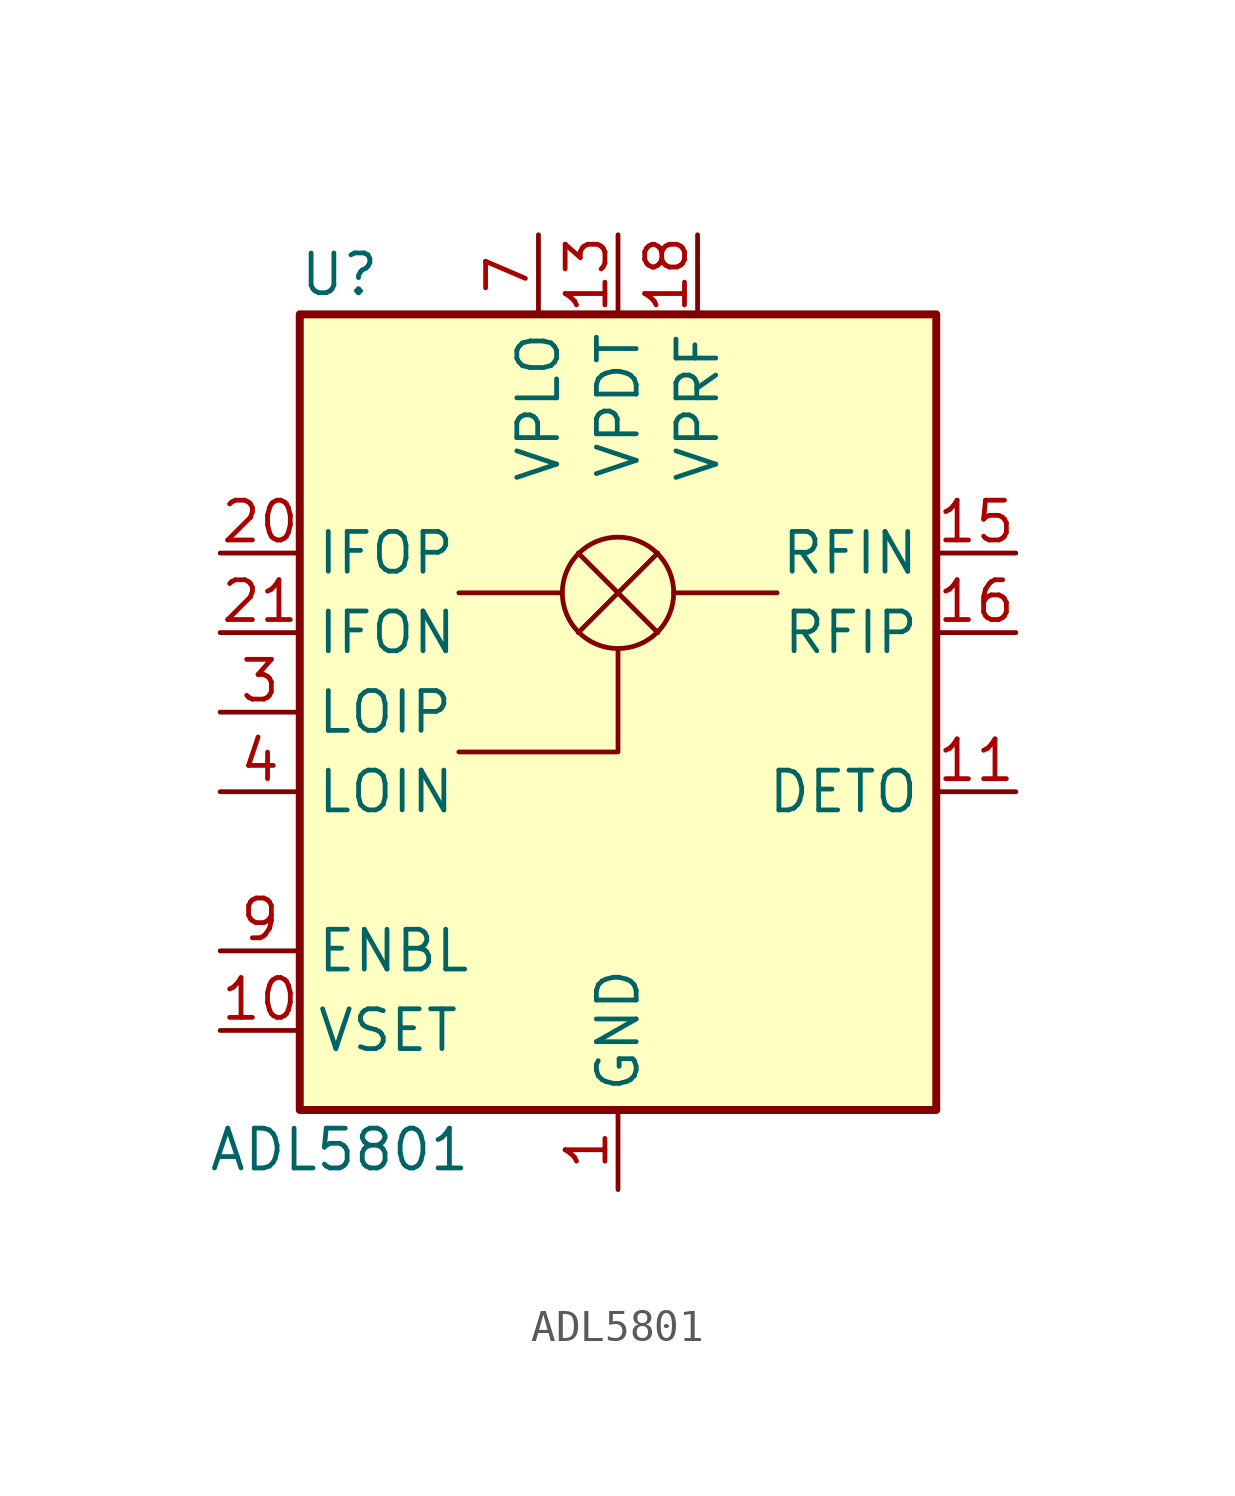
<source format=kicad_sym>
(kicad_symbol_lib
  (version 20211014)
  (generator kicad_symbol_editor)
  (symbol "ADL5801"
    (property "Reference" "U"
      (at -8.89 13.97 0)
      (effects (font (size 1.27 1.27))))
    (property "Value" "ADL5801"
      (at -8.89 -13.97 0)
      (effects (font (size 1.27 1.27))))
    (symbol "ADL5801_0_1"
      (rectangle (start -10.16 12.7) (end 10.16 -12.7) (stroke (width 0.254) (type default) (color 0 0 0 0)) (fill (type background))))
    (symbol "ADL5801_1_1"
      (polyline (pts (xy -1.778 3.81) (xy -5.08 3.81)) (stroke (width 0) (type default) (color 0 0 0 0)) (fill (type none)))
      (polyline (pts (xy -1.27 2.54) (xy 1.27 5.08)) (stroke (width 0) (type default) (color 0 0 0 0)) (fill (type none)))
      (polyline (pts (xy -1.27 5.08) (xy 1.27 2.54)) (stroke (width 0) (type default) (color 0 0 0 0)) (fill (type none)))
      (polyline (pts (xy 1.778 3.81) (xy 5.08 3.81)) (stroke (width 0) (type default) (color 0 0 0 0)) (fill (type none)))
      (polyline (pts (xy 0 2.032) (xy 0 -1.27) (xy -5.08 -1.27)) (stroke (width 0) (type default) (color 0 0 0 0)) (fill (type none)))
      (circle (center 0 3.81) (radius 1.778) (stroke (width 0) (type default) (color 0 0 0 0)) (fill (type none)))
      (pin power_in line (at 0 -15.24 90) (length 2.54) (name "GND" (effects (font (size 1.27 1.27)))) (number "1" (effects (font (size 1.27 1.27)))))
      (pin input line (at -12.7 -10.16 0) (length 2.54) (name "VSET" (effects (font (size 1.27 1.27)))) (number "10" (effects (font (size 1.27 1.27)))))
      (pin output line (at 12.7 -2.54 180) (length 2.54) (name "DETO" (effects (font (size 1.27 1.27)))) (number "11" (effects (font (size 1.27 1.27)))))
      (pin passive line (at 0 -15.24 90) (length 2.54) hide (name "GND" (effects (font (size 1.27 1.27)))) (number "12" (effects (font (size 1.27 1.27)))))
      (pin power_in line (at 0 15.24 270) (length 2.54) (name "VPDT" (effects (font (size 1.27 1.27)))) (number "13" (effects (font (size 1.27 1.27)))))
      (pin passive line (at 0 -15.24 90) (length 2.54) hide (name "GND" (effects (font (size 1.27 1.27)))) (number "14" (effects (font (size 1.27 1.27)))))
      (pin passive line (at 12.7 5.08 180) (length 2.54) (name "RFIN" (effects (font (size 1.27 1.27)))) (number "15" (effects (font (size 1.27 1.27)))))
      (pin passive line (at 12.7 2.54 180) (length 2.54) (name "RFIP" (effects (font (size 1.27 1.27)))) (number "16" (effects (font (size 1.27 1.27)))))
      (pin passive line (at 0 -15.24 90) (length 2.54) hide (name "GND" (effects (font (size 1.27 1.27)))) (number "17" (effects (font (size 1.27 1.27)))))
      (pin power_in line (at 2.54 15.24 270) (length 2.54) (name "VPRF" (effects (font (size 1.27 1.27)))) (number "18" (effects (font (size 1.27 1.27)))))
      (pin passive line (at 0 -15.24 90) (length 2.54) hide (name "GND" (effects (font (size 1.27 1.27)))) (number "19" (effects (font (size 1.27 1.27)))))
      (pin passive line (at 0 -15.24 90) (length 2.54) hide (name "GND" (effects (font (size 1.27 1.27)))) (number "2" (effects (font (size 1.27 1.27)))))
      (pin passive line (at -12.7 5.08 0) (length 2.54) (name "IFOP" (effects (font (size 1.27 1.27)))) (number "20" (effects (font (size 1.27 1.27)))))
      (pin passive line (at -12.7 2.54 0) (length 2.54) (name "IFON" (effects (font (size 1.27 1.27)))) (number "21" (effects (font (size 1.27 1.27)))))
      (pin no_connect line (at 10.16 -5.08 180) (length 2.54) hide (name "NC" (effects (font (size 1.27 1.27)))) (number "22" (effects (font (size 1.27 1.27)))))
      (pin passive line (at 0 -15.24 90) (length 2.54) hide (name "GND" (effects (font (size 1.27 1.27)))) (number "23" (effects (font (size 1.27 1.27)))))
      (pin passive line (at -2.54 15.24 270) (length 2.54) hide (name "VPLO" (effects (font (size 1.27 1.27)))) (number "24" (effects (font (size 1.27 1.27)))))
      (pin passive line (at 0 -15.24 90) (length 2.54) hide (name "GND" (effects (font (size 1.27 1.27)))) (number "25" (effects (font (size 1.27 1.27)))))
      (pin passive line (at -12.7 0 0) (length 2.54) (name "LOIP" (effects (font (size 1.27 1.27)))) (number "3" (effects (font (size 1.27 1.27)))))
      (pin passive line (at -12.7 -2.54 0) (length 2.54) (name "LOIN" (effects (font (size 1.27 1.27)))) (number "4" (effects (font (size 1.27 1.27)))))
      (pin passive line (at 0 -15.24 90) (length 2.54) hide (name "GND" (effects (font (size 1.27 1.27)))) (number "5" (effects (font (size 1.27 1.27)))))
      (pin passive line (at 0 -15.24 90) (length 2.54) hide (name "GND" (effects (font (size 1.27 1.27)))) (number "6" (effects (font (size 1.27 1.27)))))
      (pin power_in line (at -2.54 15.24 270) (length 2.54) (name "VPLO" (effects (font (size 1.27 1.27)))) (number "7" (effects (font (size 1.27 1.27)))))
      (pin passive line (at 0 -15.24 90) (length 2.54) hide (name "GND" (effects (font (size 1.27 1.27)))) (number "8" (effects (font (size 1.27 1.27)))))
      (pin input line (at -12.7 -7.62 0) (length 2.54) (name "ENBL" (effects (font (size 1.27 1.27)))) (number "9" (effects (font (size 1.27 1.27))))))))
</source>
